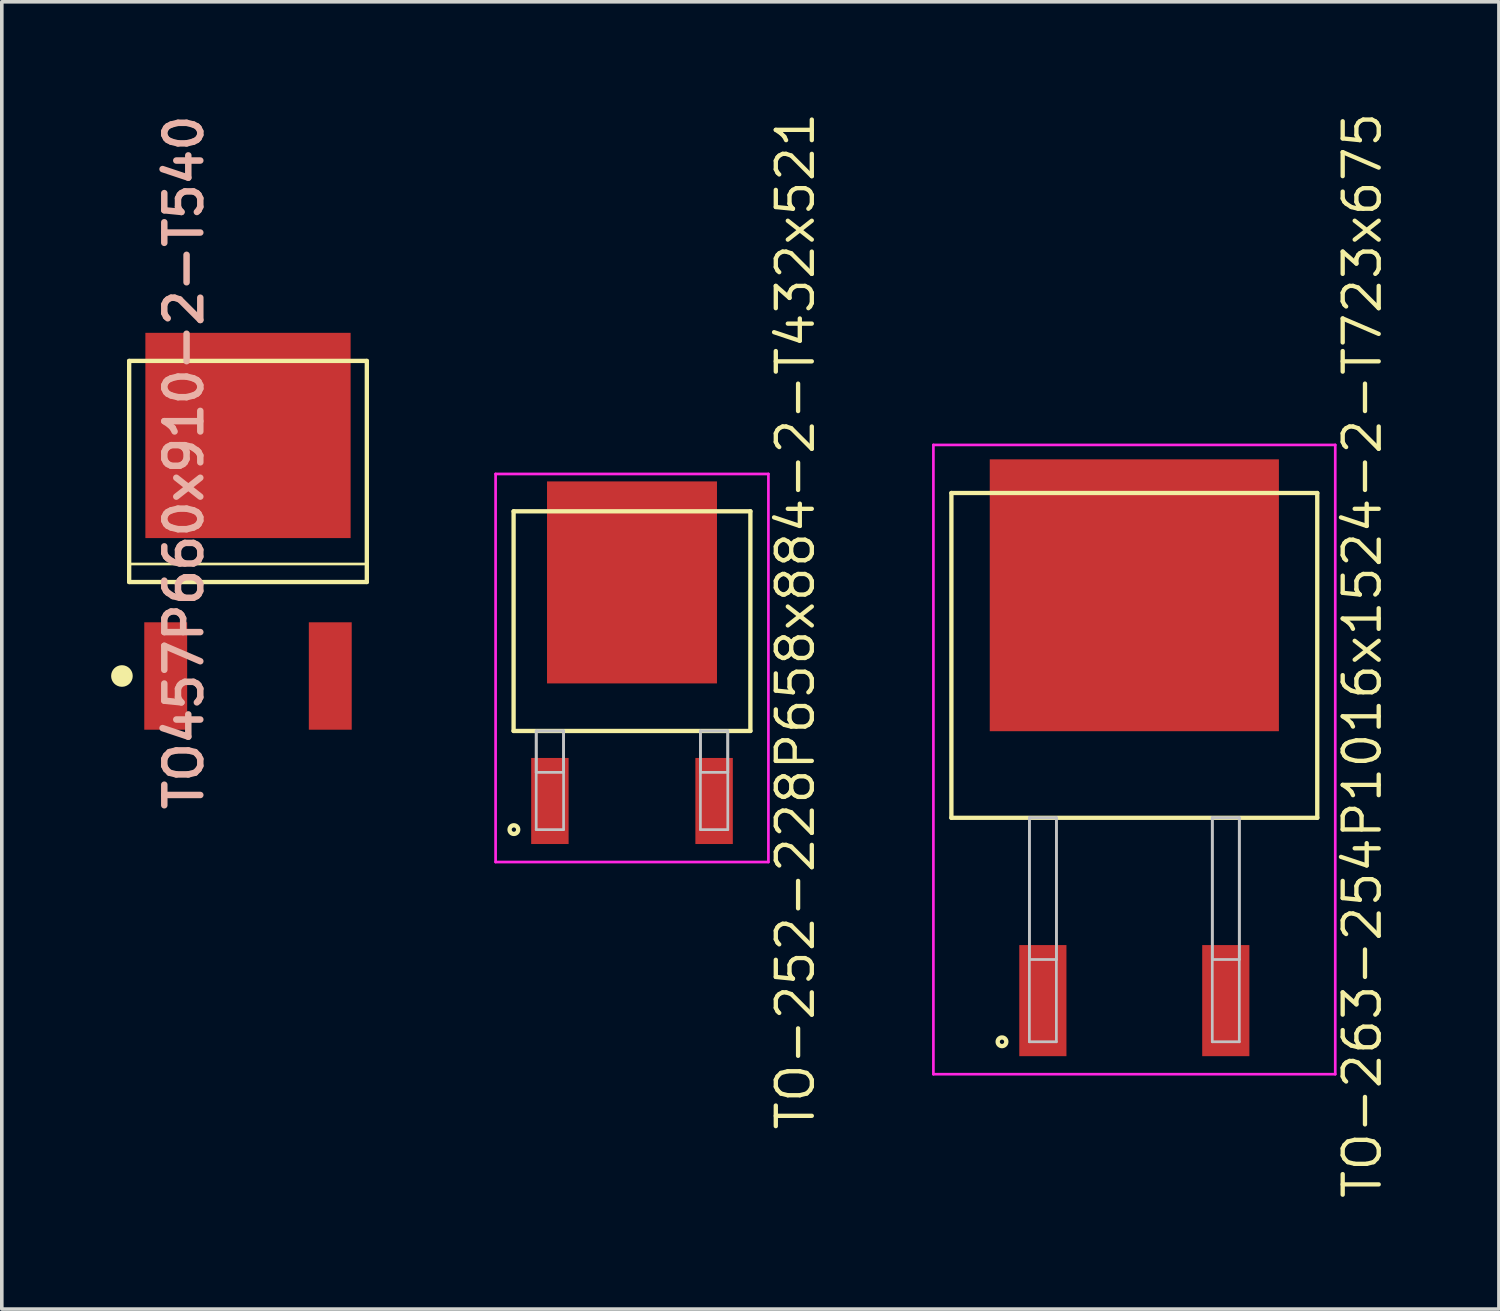
<source format=kicad_pcb>
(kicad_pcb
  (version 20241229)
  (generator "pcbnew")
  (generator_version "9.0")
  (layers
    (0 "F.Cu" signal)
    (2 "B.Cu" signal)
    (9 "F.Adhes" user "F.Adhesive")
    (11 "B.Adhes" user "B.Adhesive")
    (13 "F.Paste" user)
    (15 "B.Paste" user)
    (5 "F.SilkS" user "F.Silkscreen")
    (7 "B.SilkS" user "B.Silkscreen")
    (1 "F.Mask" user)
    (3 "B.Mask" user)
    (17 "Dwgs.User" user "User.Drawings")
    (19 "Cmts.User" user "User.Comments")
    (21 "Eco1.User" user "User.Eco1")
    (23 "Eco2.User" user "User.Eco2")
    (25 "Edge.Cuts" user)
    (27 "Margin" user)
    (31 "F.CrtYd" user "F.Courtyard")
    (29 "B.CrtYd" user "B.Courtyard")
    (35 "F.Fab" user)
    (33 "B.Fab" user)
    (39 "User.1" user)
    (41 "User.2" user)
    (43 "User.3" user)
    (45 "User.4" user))
  (footprint "TO457P660x910-2-T540"
    (layer "F.Cu")
    (at 3.837 10.043)
    (property "Reference" "TO457P660x910-2-T540" (at -1.778 -0.254 90) (layer "B.SilkS") (effects (font (size 1 1) (thickness 0.18))))
    (attr smd)
    (fp_line (start -3.3 -3.07) (end -3.3 3.07) (stroke (width 0.12) (type solid)) (layer "F.SilkS"))
    (fp_line (start -3.3 2.57) (end 3.3 2.57) (stroke (width 0.075) (type solid)) (layer "F.SilkS"))
    (fp_line (start -3.3 3.07) (end 3.3 3.07) (stroke (width 0.12) (type solid)) (layer "F.SilkS"))
    (fp_line (start 3.3 -3.07) (end -3.3 -3.07) (stroke (width 0.12) (type solid)) (layer "F.SilkS"))
    (fp_line (start 3.3 3.07) (end 3.3 -3.07) (stroke (width 0.12) (type solid)) (layer "F.SilkS"))
    (fp_circle (center -3.501 5.68) (end -3.501 5.83) (stroke (width 0.3) (type solid)) (fill no) (layer "F.SilkS"))
    (fp_line (start -3.3 -3.07) (end -3.3 3.07) (stroke (width 0.075) (type solid)) (layer "Eco1.User"))
    (fp_line (start -3.3 -3.07) (end 3.3 -3.07) (stroke (width 0.075) (type solid)) (layer "Eco1.User"))
    (fp_line (start -3.3 2.57) (end 3.3 2.57) (stroke (width 0.075) (type solid)) (layer "Eco1.User"))
    (fp_line (start -3.3 3.07) (end 3.3 3.07) (stroke (width 0.075) (type solid)) (layer "Eco1.User"))
    (fp_line (start 0 0.75) (end 0 -0.75) (stroke (width 0.075) (type solid)) (layer "Eco1.User"))
    (fp_line (start 0.75 0) (end -0.75 0) (stroke (width 0.075) (type solid)) (layer "Eco1.User"))
    (fp_line (start 3.3 3.07) (end 3.3 -3.07) (stroke (width 0.075) (type solid)) (layer "Eco1.User"))
    (fp_circle (center 0 0) (end 0 0.5) (stroke (width 0.075) (type solid)) (fill no) (layer "Eco1.User"))
    (fp_poly (pts (xy -2.66 5.68) (xy -2.66 3.07) (xy -1.91 3.07) (xy -1.91 5.68)) (stroke (width 0.075) (type solid)) (fill no) (layer "Eco1.User"))
    (fp_poly (pts (xy 1.91 5.68) (xy 1.91 3.07) (xy 2.66 3.07) (xy 2.66 5.68)) (stroke (width 0.075) (type solid)) (fill no) (layer "Eco1.User"))
    (fp_line (start -3.8 -5.2) (end -3.8 8.021) (stroke (width 0.075) (type solid)) (layer "Eco2.User"))
    (fp_line (start -3.8 -5.2) (end 3.8 -5.2) (stroke (width 0.075) (type solid)) (layer "Eco2.User"))
    (fp_line (start -3.8 8.021) (end 3.8 8.021) (stroke (width 0.075) (type solid)) (layer "Eco2.User"))
    (fp_line (start 3.8 -5.2) (end 3.8 8.021) (stroke (width 0.075) (type solid)) (layer "Eco2.User"))
    (pad "1" smd rect (at -2.285 5.68) (size 1.191 2.983) (layers "F.Cu" "F.Mask" "F.Paste"))
    (pad "2" smd rect (at 2.285 5.68) (size 1.191 2.983) (layers "F.Cu" "F.Mask" "F.Paste"))
    (pad "3" smd rect (at 0 -1) (size 5.7 5.7) (layers "F.Cu" "F.Mask" "F.Paste")))
  (footprint "TO-252-228P658x884-2-T432x521"
    (layer "F.Cu")
    (at 14.501 14.199)
    (property "Reference" "TO-252-228P658x884-2-T432x521" (at 4.537 0 90) (layer "F.SilkS") (effects (font (size 1 1) (thickness 0.12))))
    (attr through_hole)
    (fp_line (start -3.288 -3.05) (end -3.288 3.05) (stroke (width 0.12) (type solid)) (layer "F.SilkS"))
    (fp_line (start -3.288 3.05) (end 3.288 3.05) (stroke (width 0.12) (type solid)) (layer "F.SilkS"))
    (fp_line (start 3.288 -3.05) (end -3.288 -3.05) (stroke (width 0.12) (type solid)) (layer "F.SilkS"))
    (fp_line (start 3.288 3.05) (end 3.288 -3.05) (stroke (width 0.12) (type solid)) (layer "F.SilkS"))
    (fp_circle (center -3.28 5.79) (end -3.16 5.79) (stroke (width 0.12) (type solid)) (fill no) (layer "F.SilkS"))
    (fp_line (start -2.66 3.05) (end -2.66 4.2) (stroke (width 0.075) (type solid)) (layer "Dwgs.User"))
    (fp_line (start -2.66 3.05) (end -2.66 5.79) (stroke (width 0.075) (type solid)) (layer "Dwgs.User"))
    (fp_line (start -2.66 4.2) (end -1.9 4.2) (stroke (width 0.075) (type solid)) (layer "Dwgs.User"))
    (fp_line (start -2.66 5.79) (end -1.9 5.79) (stroke (width 0.075) (type solid)) (layer "Dwgs.User"))
    (fp_line (start -1.9 3.05) (end -2.66 3.05) (stroke (width 0.075) (type solid)) (layer "Dwgs.User"))
    (fp_line (start -1.9 3.05) (end -2.66 3.05) (stroke (width 0.075) (type solid)) (layer "Dwgs.User"))
    (fp_line (start -1.9 4.2) (end -1.9 3.05) (stroke (width 0.075) (type solid)) (layer "Dwgs.User"))
    (fp_line (start -1.9 5.79) (end -1.9 3.05) (stroke (width 0.075) (type solid)) (layer "Dwgs.User"))
    (fp_line (start 1.9 3.05) (end 1.9 4.2) (stroke (width 0.075) (type solid)) (layer "Dwgs.User"))
    (fp_line (start 1.9 3.05) (end 1.9 5.79) (stroke (width 0.075) (type solid)) (layer "Dwgs.User"))
    (fp_line (start 1.9 4.2) (end 2.66 4.2) (stroke (width 0.075) (type solid)) (layer "Dwgs.User"))
    (fp_line (start 1.9 5.79) (end 2.66 5.79) (stroke (width 0.075) (type solid)) (layer "Dwgs.User"))
    (fp_line (start 2.66 3.05) (end 1.9 3.05) (stroke (width 0.075) (type solid)) (layer "Dwgs.User"))
    (fp_line (start 2.66 3.05) (end 1.9 3.05) (stroke (width 0.075) (type solid)) (layer "Dwgs.User"))
    (fp_line (start 2.66 4.2) (end 2.66 3.05) (stroke (width 0.075) (type solid)) (layer "Dwgs.User"))
    (fp_line (start 2.66 5.79) (end 2.66 3.05) (stroke (width 0.075) (type solid)) (layer "Dwgs.User"))
    (fp_line (start -3.788 -4.087) (end -3.788 6.69) (stroke (width 0.075) (type solid)) (layer "F.CrtYd"))
    (fp_line (start -3.788 6.69) (end 3.788 6.69) (stroke (width 0.075) (type solid)) (layer "F.CrtYd"))
    (fp_line (start 3.788 -4.087) (end -3.788 -4.087) (stroke (width 0.075) (type solid)) (layer "F.CrtYd"))
    (fp_line (start 3.788 6.69) (end 3.788 -4.087) (stroke (width 0.075) (type solid)) (layer "F.CrtYd"))
    (pad "1" smd rect (at -2.28 4.995) (size 1.04 2.39) (layers "F.Cu" "F.Mask" "F.Paste"))
    (pad "2" smd rect (at 2.28 4.995) (size 1.04 2.39) (layers "F.Cu" "F.Mask" "F.Paste"))
    (pad "3" smd rect (at 0 -1.075) (size 4.72 5.61) (layers "F.Cu" "F.Mask" "F.Paste")))
  (footprint "TO-263-254P1016x1524-2-T723x675"
    (layer "F.Cu")
    (at 28.451 15.151)
    (property "Reference" "TO-263-254P1016x1524-2-T723x675" (at 6.33 0 90) (layer "F.SilkS") (effects (font (size 1 1) (thickness 0.12))))
    (attr through_hole)
    (fp_line (start -5.08 -4.51) (end -5.08 4.51) (stroke (width 0.12) (type solid)) (layer "F.SilkS"))
    (fp_line (start -5.08 4.51) (end 5.08 4.51) (stroke (width 0.12) (type solid)) (layer "F.SilkS"))
    (fp_line (start 5.08 -4.51) (end -5.08 -4.51) (stroke (width 0.12) (type solid)) (layer "F.SilkS"))
    (fp_line (start 5.08 4.51) (end 5.08 -4.51) (stroke (width 0.12) (type solid)) (layer "F.SilkS"))
    (fp_circle (center -3.675 10.73) (end -3.555 10.73) (stroke (width 0.12) (type solid)) (fill no) (layer "F.SilkS"))
    (fp_line (start -2.915 4.51) (end -2.915 8.445) (stroke (width 0.075) (type solid)) (layer "Dwgs.User"))
    (fp_line (start -2.915 4.51) (end -2.915 10.73) (stroke (width 0.075) (type solid)) (layer "Dwgs.User"))
    (fp_line (start -2.915 8.445) (end -2.165 8.445) (stroke (width 0.075) (type solid)) (layer "Dwgs.User"))
    (fp_line (start -2.915 10.73) (end -2.165 10.73) (stroke (width 0.075) (type solid)) (layer "Dwgs.User"))
    (fp_line (start -2.165 4.51) (end -2.915 4.51) (stroke (width 0.075) (type solid)) (layer "Dwgs.User"))
    (fp_line (start -2.165 4.51) (end -2.915 4.51) (stroke (width 0.075) (type solid)) (layer "Dwgs.User"))
    (fp_line (start -2.165 8.445) (end -2.165 4.51) (stroke (width 0.075) (type solid)) (layer "Dwgs.User"))
    (fp_line (start -2.165 10.73) (end -2.165 4.51) (stroke (width 0.075) (type solid)) (layer "Dwgs.User"))
    (fp_line (start 2.165 4.51) (end 2.165 8.445) (stroke (width 0.075) (type solid)) (layer "Dwgs.User"))
    (fp_line (start 2.165 4.51) (end 2.165 10.73) (stroke (width 0.075) (type solid)) (layer "Dwgs.User"))
    (fp_line (start 2.165 8.445) (end 2.915 8.445) (stroke (width 0.075) (type solid)) (layer "Dwgs.User"))
    (fp_line (start 2.165 10.73) (end 2.915 10.73) (stroke (width 0.075) (type solid)) (layer "Dwgs.User"))
    (fp_line (start 2.915 4.51) (end 2.165 4.51) (stroke (width 0.075) (type solid)) (layer "Dwgs.User"))
    (fp_line (start 2.915 4.51) (end 2.165 4.51) (stroke (width 0.075) (type solid)) (layer "Dwgs.User"))
    (fp_line (start 2.915 8.445) (end 2.915 4.51) (stroke (width 0.075) (type solid)) (layer "Dwgs.User"))
    (fp_line (start 2.915 10.73) (end 2.915 4.51) (stroke (width 0.075) (type solid)) (layer "Dwgs.User"))
    (fp_line (start -5.58 -5.845) (end -5.58 11.63) (stroke (width 0.075) (type solid)) (layer "F.CrtYd"))
    (fp_line (start -5.58 11.63) (end 5.58 11.63) (stroke (width 0.075) (type solid)) (layer "F.CrtYd"))
    (fp_line (start 5.58 -5.845) (end -5.58 -5.845) (stroke (width 0.075) (type solid)) (layer "F.CrtYd"))
    (fp_line (start 5.58 11.63) (end 5.58 -5.845) (stroke (width 0.075) (type solid)) (layer "F.CrtYd"))
    (pad "1" smd rect (at -2.54 9.587) (size 1.31 3.085) (layers "F.Cu" "F.Mask" "F.Paste"))
    (pad "2" smd rect (at 2.54 9.587) (size 1.31 3.085) (layers "F.Cu" "F.Mask" "F.Paste"))
    (pad "3" smd rect (at 0 -1.67) (size 8.03 7.55) (layers "F.Cu" "F.Mask" "F.Paste")))
  (gr_rect
    (start -3 -3)
    (end 38.576 33.303)
    (stroke (width 0.1) (type default))
    (fill no)
    (layer "Edge.Cuts")))
</source>
